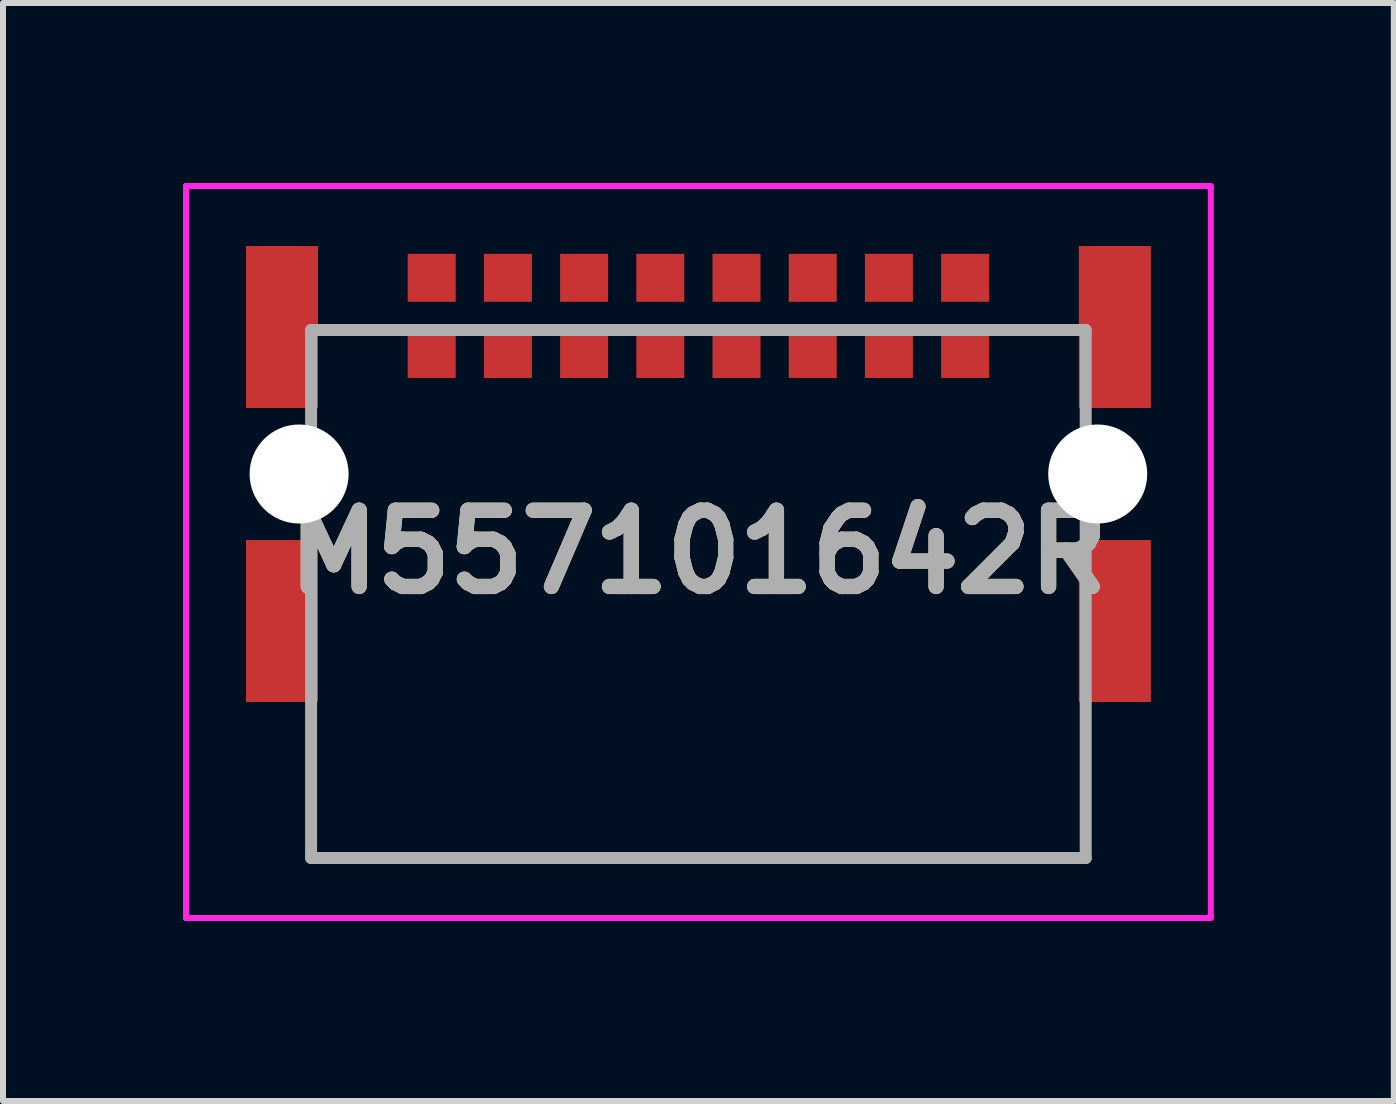
<source format=kicad_pcb>
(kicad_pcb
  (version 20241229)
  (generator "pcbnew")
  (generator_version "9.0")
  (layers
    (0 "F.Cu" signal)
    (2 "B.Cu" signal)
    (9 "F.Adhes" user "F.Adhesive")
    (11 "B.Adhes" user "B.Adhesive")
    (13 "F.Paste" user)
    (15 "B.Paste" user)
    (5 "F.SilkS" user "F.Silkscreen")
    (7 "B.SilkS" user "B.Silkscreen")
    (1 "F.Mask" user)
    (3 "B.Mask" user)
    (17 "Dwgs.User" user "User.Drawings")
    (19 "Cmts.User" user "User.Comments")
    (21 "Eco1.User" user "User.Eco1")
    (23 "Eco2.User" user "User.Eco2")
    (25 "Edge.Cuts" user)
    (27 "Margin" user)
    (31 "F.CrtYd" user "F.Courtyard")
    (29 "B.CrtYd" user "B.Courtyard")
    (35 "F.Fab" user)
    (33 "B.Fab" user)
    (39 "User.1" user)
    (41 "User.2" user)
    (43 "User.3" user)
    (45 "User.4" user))
  (footprint "M557101642R"
    (layer "F.Cu")
    (at 8.59 11.25)
    (property "Reference" "M557101642R" (at 0 -5.1 0) (layer "F.SilkS") (effects (font (size 1.27 1.27) (thickness 0.254))))
    (attr through_hole)
    (fp_line (start -6.455 -2) (end -6.455 0) (stroke (width 0.1) (type solid)) (layer "F.SilkS"))
    (fp_line (start -6.455 0) (end 6.455 0) (stroke (width 0.1) (type solid)) (layer "F.SilkS"))
    (fp_line (start 6.455 0) (end 6.455 -2) (stroke (width 0.1) (type solid)) (layer "F.SilkS"))
    (fp_line (start -8.54 -11.2) (end 8.54 -11.2) (stroke (width 0.1) (type solid)) (layer "F.CrtYd"))
    (fp_line (start -8.54 1) (end -8.54 -11.2) (stroke (width 0.1) (type solid)) (layer "F.CrtYd"))
    (fp_line (start 8.54 -11.2) (end 8.54 1) (stroke (width 0.1) (type solid)) (layer "F.CrtYd"))
    (fp_line (start 8.54 1) (end -8.54 1) (stroke (width 0.1) (type solid)) (layer "F.CrtYd"))
    (fp_line (start -6.455 -8.8) (end 6.455 -8.8) (stroke (width 0.2) (type solid)) (layer "F.Fab"))
    (fp_line (start -6.455 0) (end -6.455 -8.8) (stroke (width 0.2) (type solid)) (layer "F.Fab"))
    (fp_line (start 6.455 -8.8) (end 6.455 0) (stroke (width 0.2) (type solid)) (layer "F.Fab"))
    (fp_line (start 6.455 0) (end -6.455 0) (stroke (width 0.2) (type solid)) (layer "F.Fab"))
    (fp_text user "${REFERENCE}" (at 0 -5.1 0) (layer "F.Fab") (effects (font (size 1.27 1.27) (thickness 0.254))))
    (pad "" np_thru_hole circle (at -6.655 -6.4) (size 1.65 1.65) (drill 1.65) (layers "*.Cu" "*.Mask"))
    (pad "" np_thru_hole circle (at 6.655 -6.4) (size 1.65 1.65) (drill 1.65) (layers "*.Cu" "*.Mask"))
    (pad "A1" smd rect (at 4.445 -8.4 90) (size 0.8 0.8) (layers "F.Cu" "F.Mask" "F.Paste"))
    (pad "A2" smd rect (at 3.175 -8.4 90) (size 0.8 0.8) (layers "F.Cu" "F.Mask" "F.Paste"))
    (pad "A3" smd rect (at 1.905 -8.4 90) (size 0.8 0.8) (layers "F.Cu" "F.Mask" "F.Paste"))
    (pad "A4" smd rect (at 0.635 -8.4 90) (size 0.8 0.8) (layers "F.Cu" "F.Mask" "F.Paste"))
    (pad "A5" smd rect (at -0.635 -8.4 90) (size 0.8 0.8) (layers "F.Cu" "F.Mask" "F.Paste"))
    (pad "A6" smd rect (at -1.905 -8.4 90) (size 0.8 0.8) (layers "F.Cu" "F.Mask" "F.Paste"))
    (pad "A7" smd rect (at -3.175 -8.4 90) (size 0.8 0.8) (layers "F.Cu" "F.Mask" "F.Paste"))
    (pad "A8" smd rect (at -4.445 -8.4 90) (size 0.8 0.8) (layers "F.Cu" "F.Mask" "F.Paste"))
    (pad "B1" smd rect (at 4.445 -9.67 90) (size 0.8 0.8) (layers "F.Cu" "F.Mask" "F.Paste"))
    (pad "B2" smd rect (at 3.175 -9.67 90) (size 0.8 0.8) (layers "F.Cu" "F.Mask" "F.Paste"))
    (pad "B3" smd rect (at 1.905 -9.67 90) (size 0.8 0.8) (layers "F.Cu" "F.Mask" "F.Paste"))
    (pad "B4" smd rect (at 0.635 -9.67 90) (size 0.8 0.8) (layers "F.Cu" "F.Mask" "F.Paste"))
    (pad "B5" smd rect (at -0.635 -9.67 90) (size 0.8 0.8) (layers "F.Cu" "F.Mask" "F.Paste"))
    (pad "B6" smd rect (at -1.905 -9.67 90) (size 0.8 0.8) (layers "F.Cu" "F.Mask" "F.Paste"))
    (pad "B7" smd rect (at -3.175 -9.67 90) (size 0.8 0.8) (layers "F.Cu" "F.Mask" "F.Paste"))
    (pad "B8" smd rect (at -4.445 -9.67 90) (size 0.8 0.8) (layers "F.Cu" "F.Mask" "F.Paste"))
    (pad "MP1" smd rect (at -6.94 -8.85) (size 1.2 2.7) (layers "F.Cu" "F.Mask" "F.Paste"))
    (pad "MP2" smd rect (at -6.94 -3.95) (size 1.2 2.7) (layers "F.Cu" "F.Mask" "F.Paste"))
    (pad "MP3" smd rect (at 6.94 -3.95) (size 1.2 2.7) (layers "F.Cu" "F.Mask" "F.Paste"))
    (pad "MP4" smd rect (at 6.94 -8.85) (size 1.2 2.7) (layers "F.Cu" "F.Mask" "F.Paste")))
  (gr_rect
    (start -3 -3)
    (end 20.18 15.3)
    (stroke (width 0.1) (type default))
    (fill no)
    (layer "Edge.Cuts")))
</source>
